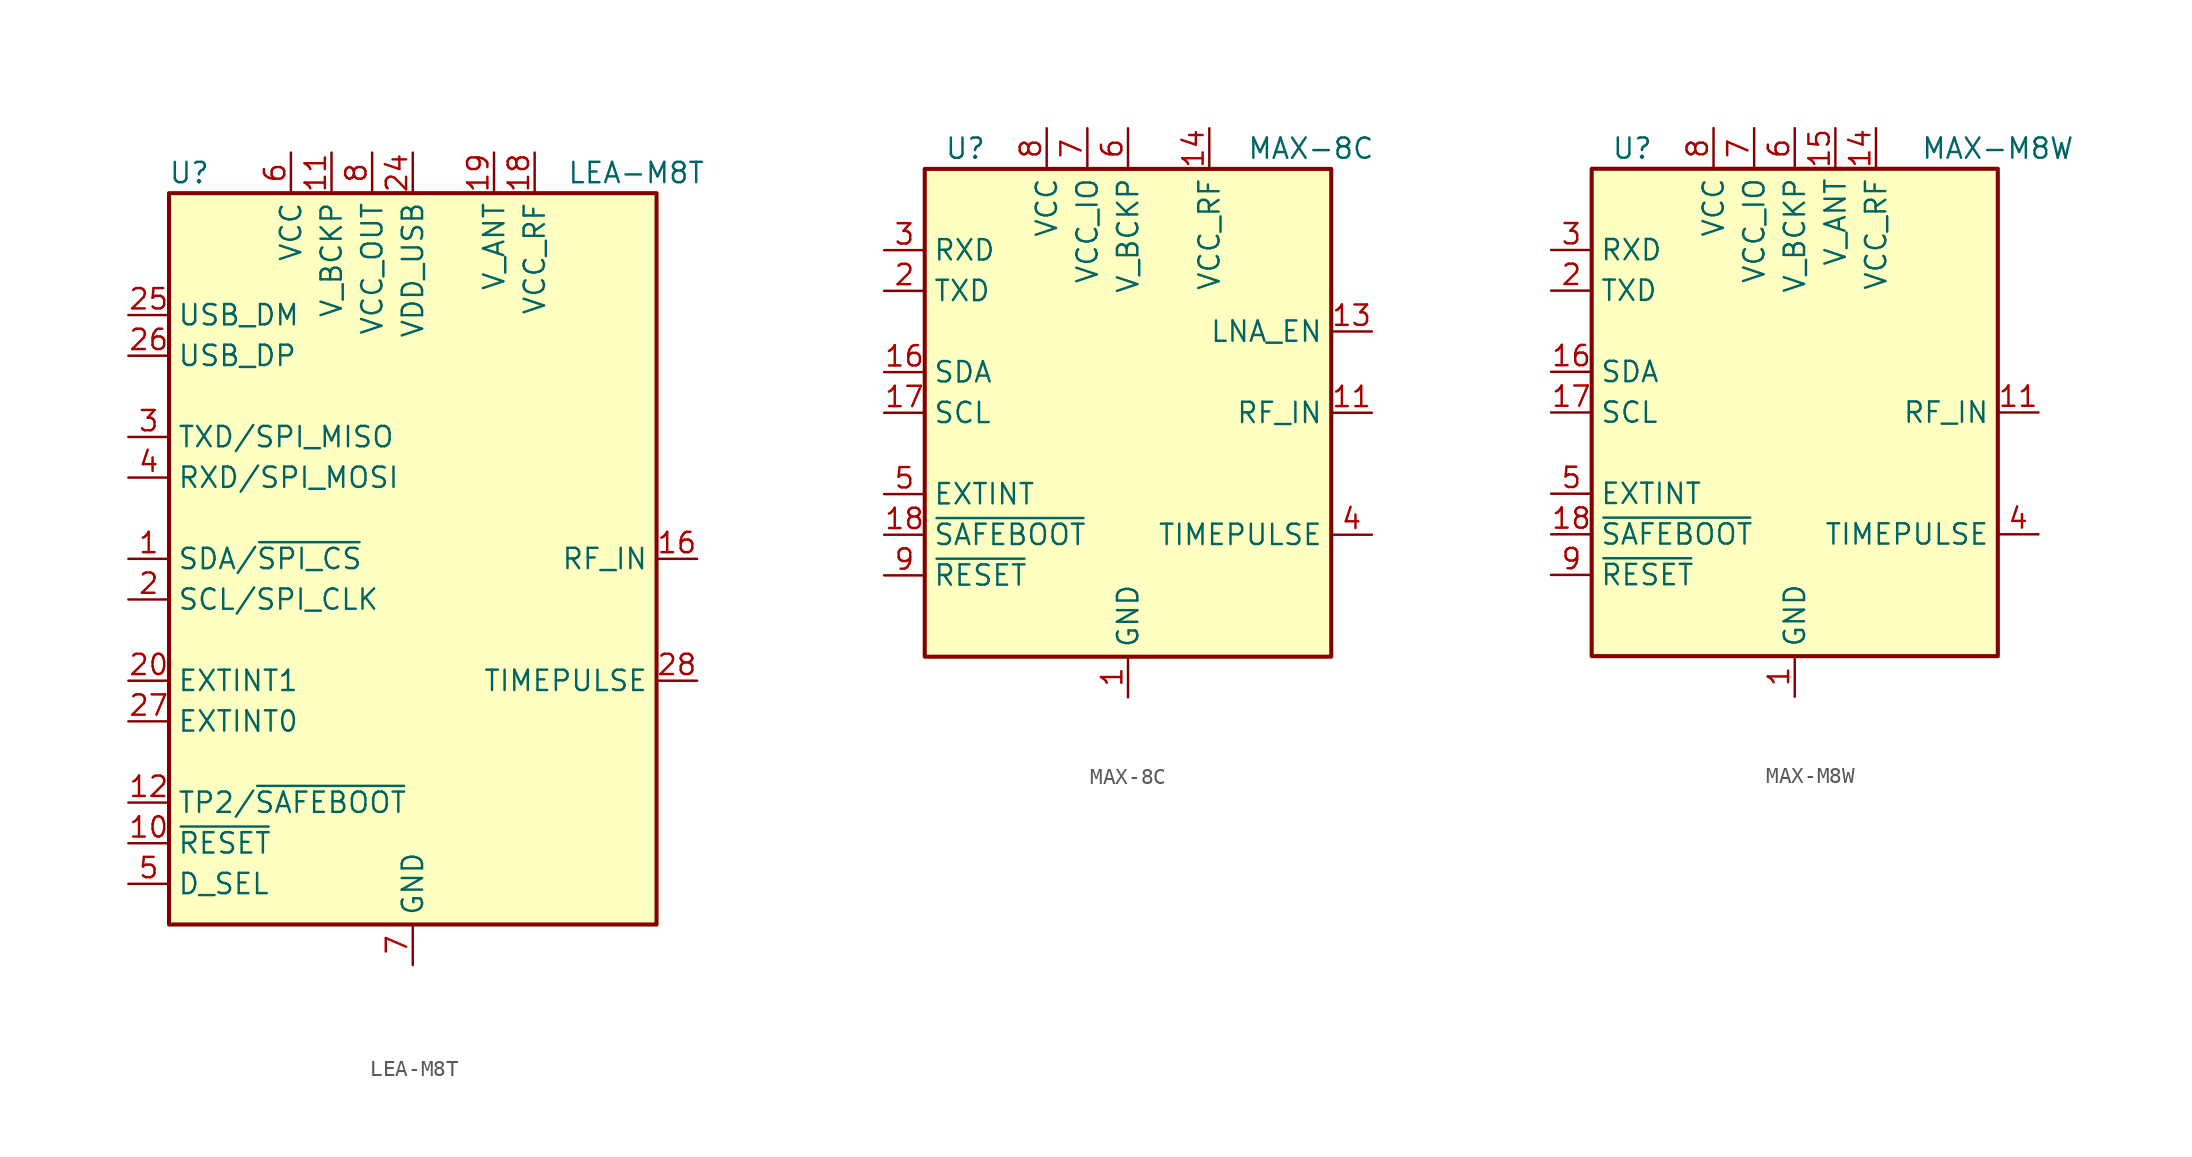
<source format=kicad_sym>
(kicad_symbol_lib
  (version 20200908)
  (generator kicad_symbol_editor)
  (symbol "RF_GPS:LEA-M8T"
    (property "Reference" "U"
      (at -13.97 24.13 0)
      (effects (font (size 1.27 1.27))))
    (property "Value" "LEA-M8T"
      (at 13.97 24.13 0)
      (effects (font (size 1.27 1.27))))
    (symbol "LEA-M8T_0_1"
      (rectangle (start -15.24 22.86) (end 15.24 -22.86) (stroke (width 0.254)) (fill (type background))))
    (symbol "LEA-M8T_1_1"
      (pin bidirectional line (at -17.78 0 0) (length 2.54) (name "SDA/~SPI_CS" (effects (font (size 1.27 1.27)))) (number "1" (effects (font (size 1.27 1.27)))))
      (pin input line (at -17.78 -17.78 0) (length 2.54) (name "~RESET" (effects (font (size 1.27 1.27)))) (number "10" (effects (font (size 1.27 1.27)))))
      (pin power_in line (at -5.08 25.4 270) (length 2.54) (name "V_BCKP" (effects (font (size 1.27 1.27)))) (number "11" (effects (font (size 1.27 1.27)))))
      (pin bidirectional line (at -17.78 -15.24 0) (length 2.54) (name "TP2/~SAFEBOOT" (effects (font (size 1.27 1.27)))) (number "12" (effects (font (size 1.27 1.27)))))
      (pin passive line (at 0 -25.4 90) (length 2.54) hide (name "GND" (effects (font (size 1.27 1.27)))) (number "13" (effects (font (size 1.27 1.27)))))
      (pin passive line (at 0 -25.4 90) (length 2.54) hide (name "GND" (effects (font (size 1.27 1.27)))) (number "14" (effects (font (size 1.27 1.27)))))
      (pin passive line (at 0 -25.4 90) (length 2.54) hide (name "GND" (effects (font (size 1.27 1.27)))) (number "15" (effects (font (size 1.27 1.27)))))
      (pin input line (at 17.78 0 180) (length 2.54) (name "RF_IN" (effects (font (size 1.27 1.27)))) (number "16" (effects (font (size 1.27 1.27)))))
      (pin passive line (at 0 -25.4 90) (length 2.54) hide (name "GND" (effects (font (size 1.27 1.27)))) (number "17" (effects (font (size 1.27 1.27)))))
      (pin power_out line (at 7.62 25.4 270) (length 2.54) (name "VCC_RF" (effects (font (size 1.27 1.27)))) (number "18" (effects (font (size 1.27 1.27)))))
      (pin power_in line (at 5.08 25.4 270) (length 2.54) (name "V_ANT" (effects (font (size 1.27 1.27)))) (number "19" (effects (font (size 1.27 1.27)))))
      (pin input line (at -17.78 -2.54 0) (length 2.54) (name "SCL/SPI_CLK" (effects (font (size 1.27 1.27)))) (number "2" (effects (font (size 1.27 1.27)))))
      (pin input line (at -17.78 -7.62 0) (length 2.54) (name "EXTINT1" (effects (font (size 1.27 1.27)))) (number "20" (effects (font (size 1.27 1.27)))))
      (pin unconnected line (at 15.24 7.62 180) (length 2.54) hide (name "RESERVED" (effects (font (size 1.27 1.27)))) (number "21" (effects (font (size 1.27 1.27)))))
      (pin unconnected line (at 15.24 5.08 180) (length 2.54) hide (name "RESERVED" (effects (font (size 1.27 1.27)))) (number "22" (effects (font (size 1.27 1.27)))))
      (pin unconnected line (at 15.24 2.54 180) (length 2.54) hide (name "RESERVED" (effects (font (size 1.27 1.27)))) (number "23" (effects (font (size 1.27 1.27)))))
      (pin power_in line (at 0 25.4 270) (length 2.54) (name "VDD_USB" (effects (font (size 1.27 1.27)))) (number "24" (effects (font (size 1.27 1.27)))))
      (pin bidirectional line (at -17.78 15.24 0) (length 2.54) (name "USB_DM" (effects (font (size 1.27 1.27)))) (number "25" (effects (font (size 1.27 1.27)))))
      (pin bidirectional line (at -17.78 12.7 0) (length 2.54) (name "USB_DP" (effects (font (size 1.27 1.27)))) (number "26" (effects (font (size 1.27 1.27)))))
      (pin input line (at -17.78 -10.16 0) (length 2.54) (name "EXTINT0" (effects (font (size 1.27 1.27)))) (number "27" (effects (font (size 1.27 1.27)))))
      (pin output line (at 17.78 -7.62 180) (length 2.54) (name "TIMEPULSE" (effects (font (size 1.27 1.27)))) (number "28" (effects (font (size 1.27 1.27)))))
      (pin output line (at -17.78 7.62 0) (length 2.54) (name "TXD/SPI_MISO" (effects (font (size 1.27 1.27)))) (number "3" (effects (font (size 1.27 1.27)))))
      (pin input line (at -17.78 5.08 0) (length 2.54) (name "RXD/SPI_MOSI" (effects (font (size 1.27 1.27)))) (number "4" (effects (font (size 1.27 1.27)))))
      (pin input line (at -17.78 -20.32 0) (length 2.54) (name "D_SEL" (effects (font (size 1.27 1.27)))) (number "5" (effects (font (size 1.27 1.27)))))
      (pin power_in line (at -7.62 25.4 270) (length 2.54) (name "VCC" (effects (font (size 1.27 1.27)))) (number "6" (effects (font (size 1.27 1.27)))))
      (pin power_in line (at 0 -25.4 90) (length 2.54) (name "GND" (effects (font (size 1.27 1.27)))) (number "7" (effects (font (size 1.27 1.27)))))
      (pin power_out line (at -2.54 25.4 270) (length 2.54) (name "VCC_OUT" (effects (font (size 1.27 1.27)))) (number "8" (effects (font (size 1.27 1.27)))))
      (pin unconnected line (at 15.24 10.16 180) (length 2.54) hide (name "RESERVED" (effects (font (size 1.27 1.27)))) (number "9" (effects (font (size 1.27 1.27)))))))
  (symbol "RF_GPS:MAX-8C"
    (property "Reference" "U"
      (at -10.16 16.51 0)
      (effects (font (size 1.27 1.27))))
    (property "Value" "MAX-8C"
      (at 11.43 16.51 0)
      (effects (font (size 1.27 1.27))))
    (symbol "MAX-8C_0_1"
      (rectangle (start 12.7 15.24) (end -12.7 -15.24) (stroke (width 0.254)) (fill (type background))))
    (symbol "MAX-8C_1_1"
      (pin power_in line (at 0 -17.78 90) (length 2.54) (name "GND" (effects (font (size 1.27 1.27)))) (number "1" (effects (font (size 1.27 1.27)))))
      (pin passive line (at 0 -17.78 90) (length 2.54) hide (name "GND" (effects (font (size 1.27 1.27)))) (number "10" (effects (font (size 1.27 1.27)))))
      (pin input line (at 15.24 0 180) (length 2.54) (name "RF_IN" (effects (font (size 1.27 1.27)))) (number "11" (effects (font (size 1.27 1.27)))))
      (pin passive line (at 0 -17.78 90) (length 2.54) hide (name "GND" (effects (font (size 1.27 1.27)))) (number "12" (effects (font (size 1.27 1.27)))))
      (pin output line (at 15.24 5.08 180) (length 2.54) (name "LNA_EN" (effects (font (size 1.27 1.27)))) (number "13" (effects (font (size 1.27 1.27)))))
      (pin power_out line (at 5.08 17.78 270) (length 2.54) (name "VCC_RF" (effects (font (size 1.27 1.27)))) (number "14" (effects (font (size 1.27 1.27)))))
      (pin unconnected line (at 12.7 -5.08 180) (length 2.54) hide (name "Reserved" (effects (font (size 1.27 1.27)))) (number "15" (effects (font (size 1.27 1.27)))))
      (pin bidirectional line (at -15.24 2.54 0) (length 2.54) (name "SDA" (effects (font (size 1.27 1.27)))) (number "16" (effects (font (size 1.27 1.27)))))
      (pin input line (at -15.24 0 0) (length 2.54) (name "SCL" (effects (font (size 1.27 1.27)))) (number "17" (effects (font (size 1.27 1.27)))))
      (pin input line (at -15.24 -7.62 0) (length 2.54) (name "~SAFEBOOT" (effects (font (size 1.27 1.27)))) (number "18" (effects (font (size 1.27 1.27)))))
      (pin output line (at -15.24 7.62 0) (length 2.54) (name "TXD" (effects (font (size 1.27 1.27)))) (number "2" (effects (font (size 1.27 1.27)))))
      (pin input line (at -15.24 10.16 0) (length 2.54) (name "RXD" (effects (font (size 1.27 1.27)))) (number "3" (effects (font (size 1.27 1.27)))))
      (pin output line (at 15.24 -7.62 180) (length 2.54) (name "TIMEPULSE" (effects (font (size 1.27 1.27)))) (number "4" (effects (font (size 1.27 1.27)))))
      (pin input line (at -15.24 -5.08 0) (length 2.54) (name "EXTINT" (effects (font (size 1.27 1.27)))) (number "5" (effects (font (size 1.27 1.27)))))
      (pin power_in line (at 0 17.78 270) (length 2.54) (name "V_BCKP" (effects (font (size 1.27 1.27)))) (number "6" (effects (font (size 1.27 1.27)))))
      (pin power_in line (at -2.54 17.78 270) (length 2.54) (name "VCC_IO" (effects (font (size 1.27 1.27)))) (number "7" (effects (font (size 1.27 1.27)))))
      (pin power_in line (at -5.08 17.78 270) (length 2.54) (name "VCC" (effects (font (size 1.27 1.27)))) (number "8" (effects (font (size 1.27 1.27)))))
      (pin input line (at -15.24 -10.16 0) (length 2.54) (name "~RESET" (effects (font (size 1.27 1.27)))) (number "9" (effects (font (size 1.27 1.27)))))))
  (symbol "RF_GPS:MAX-M8W"
    (property "Reference" "U"
      (at -10.16 16.51 0)
      (effects (font (size 1.27 1.27))))
    (property "Value" "MAX-M8W"
      (at 12.7 16.51 0)
      (effects (font (size 1.27 1.27))))
    (symbol "MAX-M8W_0_1"
      (rectangle (start 12.7 15.24) (end -12.7 -15.24) (stroke (width 0.254)) (fill (type background))))
    (symbol "MAX-M8W_1_1"
      (pin power_in line (at 0 -17.78 90) (length 2.54) (name "GND" (effects (font (size 1.27 1.27)))) (number "1" (effects (font (size 1.27 1.27)))))
      (pin passive line (at 0 -17.78 90) (length 2.54) hide (name "GND" (effects (font (size 1.27 1.27)))) (number "10" (effects (font (size 1.27 1.27)))))
      (pin input line (at 15.24 0 180) (length 2.54) (name "RF_IN" (effects (font (size 1.27 1.27)))) (number "11" (effects (font (size 1.27 1.27)))))
      (pin passive line (at 0 -17.78 90) (length 2.54) hide (name "GND" (effects (font (size 1.27 1.27)))) (number "12" (effects (font (size 1.27 1.27)))))
      (pin unconnected line (at 12.7 -5.08 180) (length 2.54) hide (name "Reserved" (effects (font (size 1.27 1.27)))) (number "13" (effects (font (size 1.27 1.27)))))
      (pin power_out line (at 5.08 17.78 270) (length 2.54) (name "VCC_RF" (effects (font (size 1.27 1.27)))) (number "14" (effects (font (size 1.27 1.27)))))
      (pin power_in line (at 2.54 17.78 270) (length 2.54) (name "V_ANT" (effects (font (size 1.27 1.27)))) (number "15" (effects (font (size 1.27 1.27)))))
      (pin bidirectional line (at -15.24 2.54 0) (length 2.54) (name "SDA" (effects (font (size 1.27 1.27)))) (number "16" (effects (font (size 1.27 1.27)))))
      (pin input line (at -15.24 0 0) (length 2.54) (name "SCL" (effects (font (size 1.27 1.27)))) (number "17" (effects (font (size 1.27 1.27)))))
      (pin input line (at -15.24 -7.62 0) (length 2.54) (name "~SAFEBOOT" (effects (font (size 1.27 1.27)))) (number "18" (effects (font (size 1.27 1.27)))))
      (pin output line (at -15.24 7.62 0) (length 2.54) (name "TXD" (effects (font (size 1.27 1.27)))) (number "2" (effects (font (size 1.27 1.27)))))
      (pin input line (at -15.24 10.16 0) (length 2.54) (name "RXD" (effects (font (size 1.27 1.27)))) (number "3" (effects (font (size 1.27 1.27)))))
      (pin output line (at 15.24 -7.62 180) (length 2.54) (name "TIMEPULSE" (effects (font (size 1.27 1.27)))) (number "4" (effects (font (size 1.27 1.27)))))
      (pin input line (at -15.24 -5.08 0) (length 2.54) (name "EXTINT" (effects (font (size 1.27 1.27)))) (number "5" (effects (font (size 1.27 1.27)))))
      (pin power_in line (at 0 17.78 270) (length 2.54) (name "V_BCKP" (effects (font (size 1.27 1.27)))) (number "6" (effects (font (size 1.27 1.27)))))
      (pin power_in line (at -2.54 17.78 270) (length 2.54) (name "VCC_IO" (effects (font (size 1.27 1.27)))) (number "7" (effects (font (size 1.27 1.27)))))
      (pin power_in line (at -5.08 17.78 270) (length 2.54) (name "VCC" (effects (font (size 1.27 1.27)))) (number "8" (effects (font (size 1.27 1.27)))))
      (pin input line (at -15.24 -10.16 0) (length 2.54) (name "~RESET" (effects (font (size 1.27 1.27)))) (number "9" (effects (font (size 1.27 1.27))))))))
</source>
